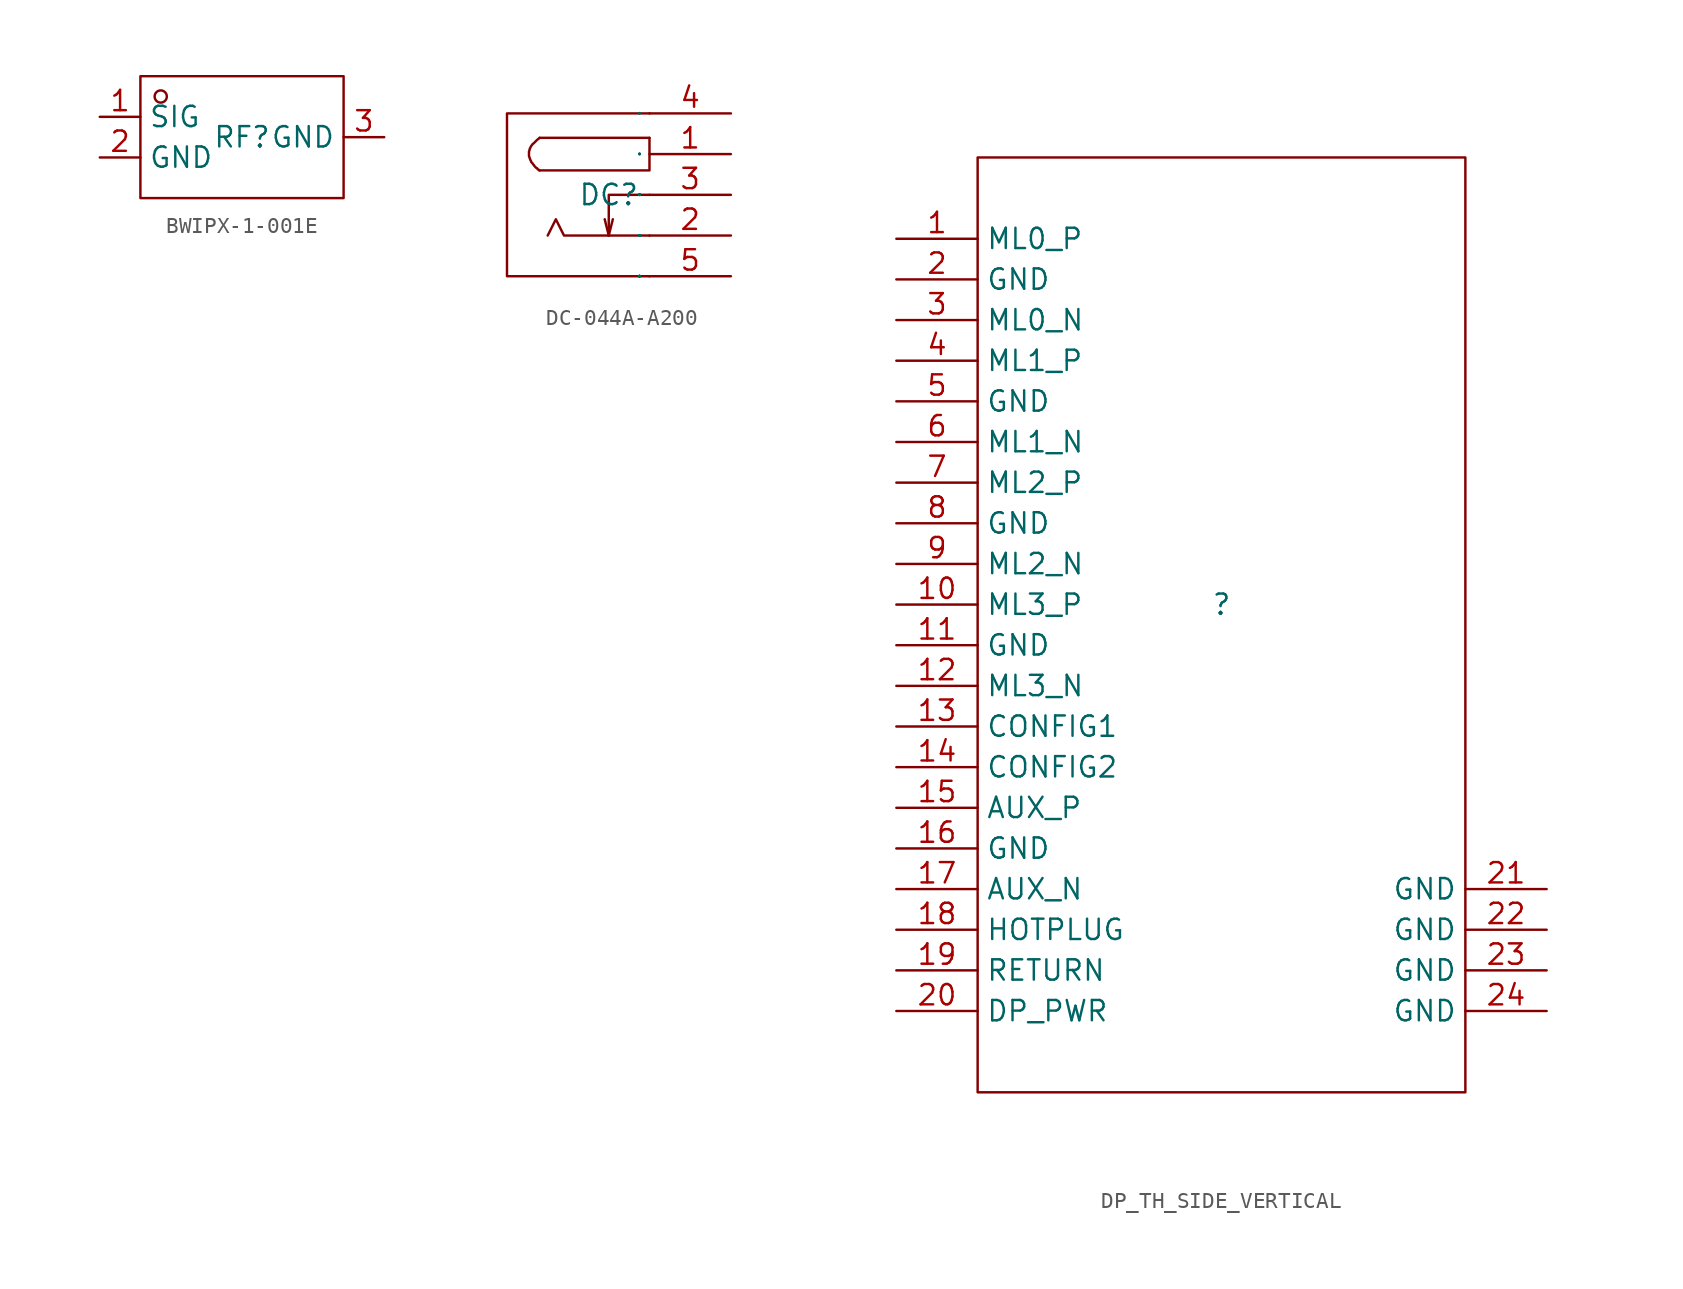
<source format=kicad_sym>
(kicad_symbol_lib
  (version 20231120)
  (generator "kicad_symbol_editor")
  (generator_version "8.0")
  (symbol "BWIPX-1-001E"
    (property "Reference" "RF"
      (at 0 0 0)
      (effects (font (size 1.27 1.27))))
    (property "Value" ""
      (at 0 0 0)
      (effects (font (size 1.27 1.27))))
    (symbol "BWIPX-1-001E_1_0"
      (rectangle (start -6.35 -3.81) (end 6.35 3.81) (stroke (width 0) (type default)) (fill (type none)))
      (circle (center -5.08 2.54) (radius 0.381) (stroke (width 0) (type default)) (fill (type none)))
      (pin unspecified line (at -8.89 1.27 0) (length 2.54) (name "SIG" (effects (font (size 1.27 1.27)))) (number "1" (effects (font (size 1.27 1.27)))))
      (pin unspecified line (at -8.89 -1.27 0) (length 2.54) (name "GND" (effects (font (size 1.27 1.27)))) (number "2" (effects (font (size 1.27 1.27)))))
      (pin unspecified line (at 8.89 0 180) (length 2.54) (name "GND" (effects (font (size 1.27 1.27)))) (number "3" (effects (font (size 1.27 1.27)))))))
  (symbol "DC-044A-A200"
    (property "Reference" "DC"
      (at 0 0 0)
      (effects (font (size 1.27 1.27))))
    (property "Value" ""
      (at 0 0 0)
      (effects (font (size 1.27 1.27))))
    (symbol "DC-044A-A200_1_0"
      (polyline (pts (xy 0 -2.54) (xy -0.254 -1.524)) (stroke (width 0) (type default)) (fill (type none)))
      (polyline (pts (xy 0 -2.54) (xy 0.254 -1.524)) (stroke (width 0) (type default)) (fill (type none)))
      (polyline (pts (xy 2.54 3.556) (xy -4.318 3.556)) (stroke (width 0) (type default)) (fill (type none)))
      (polyline (pts (xy 2.54 0) (xy 0 0) (xy 0 0) (xy 0 -2.54)) (stroke (width 0) (type default)) (fill (type none)))
      (polyline (pts (xy 2.54 3.556) (xy 2.54 1.524) (xy 2.54 1.524) (xy -4.318 1.524)) (stroke (width 0) (type default)) (fill (type none)))
      (polyline (pts (xy 2.54 -2.54) (xy -2.794 -2.54) (xy -2.794 -2.54) (xy -3.302 -1.524) (xy -3.302 -1.524) (xy -3.81 -2.54)) (stroke (width 0) (type default)) (fill (type none)))
      (polyline (pts (xy 2.54 5.08) (xy -6.35 5.08) (xy -6.35 5.08) (xy -6.35 -5.08) (xy -6.35 -5.08) (xy 2.54 -5.08)) (stroke (width 0) (type default)) (fill (type none)))
      (polyline (pts (xy -4.318 3.556) (xy -4.369 3.505) (xy -4.369 3.505) (xy -4.445 3.454) (xy -4.445 3.454) (xy -4.496 3.404) (xy -4.496 3.404) (xy -4.547 3.353) (xy -4.547 3.353) (xy -4.597 3.302) (xy -4.597 3.302) (xy -4.648 3.251) (xy -4.648 3.251) (xy -4.699 3.2) (xy -4.699 3.2) (xy -4.75 3.175) (xy -4.75 3.175) (xy -4.775 3.124) (xy -4.775 3.124) (xy -4.826 3.073) (xy -4.826 3.073) (xy -4.851 3.023) (xy -4.851 3.023) (xy -4.877 2.972) (xy -4.877 2.972) (xy -4.902 2.921) (xy -4.902 2.921) (xy -4.928 2.896) (xy -4.928 2.896) (xy -4.928 2.845) (xy -4.928 2.845) (xy -4.953 2.794) (xy -4.953 2.794) (xy -4.953 2.743) (xy -4.953 2.743) (xy -4.978 2.718) (xy -4.978 2.718) (xy -4.978 2.667) (xy -4.978 2.667) (xy -4.978 2.616) (xy -4.978 2.616) (xy -4.978 2.591) (xy -4.978 2.591) (xy -4.978 2.54) (xy -4.978 2.54) (xy -4.978 2.489) (xy -4.978 2.489) (xy -4.978 2.464) (xy -4.978 2.464) (xy -4.978 2.413) (xy -4.978 2.413) (xy -4.953 2.362) (xy -4.953 2.362) (xy -4.953 2.337) (xy -4.953 2.337) (xy -4.928 2.286) (xy -4.928 2.286) (xy -4.928 2.261) (xy -4.928 2.261) (xy -4.902 2.21) (xy -4.902 2.21) (xy -4.902 2.184) (xy -4.902 2.184) (xy -4.877 2.159) (xy -4.877 2.159) (xy -4.851 2.108) (xy -4.851 2.108) (xy -4.851 2.083) (xy -4.851 2.083) (xy -4.826 2.032) (xy -4.826 2.032) (xy -4.801 2.007) (xy -4.801 2.007) (xy -4.775 1.981) (xy -4.775 1.981) (xy -4.75 1.956) (xy -4.75 1.956) (xy -4.724 1.905) (xy -4.724 1.905) (xy -4.699 1.88) (xy -4.699 1.88) (xy -4.674 1.854) (xy -4.674 1.854) (xy -4.648 1.829) (xy -4.648 1.829) (xy -4.648 1.803) (xy -4.648 1.803) (xy -4.623 1.778) (xy -4.623 1.778) (xy -4.597 1.753) (xy -4.597 1.753) (xy -4.572 1.727) (xy -4.572 1.727) (xy -4.547 1.702) (xy -4.547 1.702) (xy -4.521 1.676) (xy -4.521 1.676) (xy -4.496 1.676) (xy -4.496 1.676) (xy -4.47 1.651) (xy -4.47 1.651) (xy -4.445 1.626) (xy -4.445 1.626) (xy -4.445 1.6) (xy -4.445 1.6) (xy -4.42 1.6) (xy -4.42 1.6) (xy -4.394 1.575) (xy -4.394 1.575) (xy -4.394 1.575) (xy -4.394 1.575) (xy -4.369 1.549) (xy -4.369 1.549) (xy -4.343 1.549) (xy -4.343 1.549) (xy -4.343 1.549) (xy -4.343 1.549) (xy -4.343 1.524) (xy -4.343 1.524) (xy -4.318 1.524) (xy -4.318 1.524) (xy -4.318 1.524) (xy -4.318 1.524) (xy -4.318 1.524) (xy -4.318 1.524) (xy -4.318 1.524) (xy -4.318 1.524) (xy -4.318 1.524)) (stroke (width 0) (type default)) (fill (type none)))
      (pin unspecified line (at 7.62 2.54 180) (length 5.08) (name "1" (effects (font (size 0.025 0.025)))) (number "1" (effects (font (size 1.27 1.27)))))
      (pin unspecified line (at 7.62 -2.54 180) (length 5.08) (name "2" (effects (font (size 0.025 0.025)))) (number "2" (effects (font (size 1.27 1.27)))))
      (pin unspecified line (at 7.62 0 180) (length 5.08) (name "3" (effects (font (size 0.025 0.025)))) (number "3" (effects (font (size 1.27 1.27)))))
      (pin unspecified line (at 7.62 5.08 180) (length 5.08) (name "4" (effects (font (size 0.025 0.025)))) (number "4" (effects (font (size 1.27 1.27)))))
      (pin unspecified line (at 7.62 -5.08 180) (length 5.08) (name "5" (effects (font (size 0.025 0.025)))) (number "5" (effects (font (size 1.27 1.27)))))))
  (symbol "DP_TH_SIDE_VERTICAL"
    (property "Reference" ""
      (at 0 0 0)
      (effects (font (size 1.27 1.27))))
    (property "Value" ""
      (at 0 0 0)
      (effects (font (size 1.27 1.27))))
    (symbol "DP_TH_SIDE_VERTICAL_1_0"
      (rectangle (start -15.24 27.94) (end 15.24 -30.48) (stroke (width 0) (type default)) (fill (type none)))
      (pin input line (at -20.32 22.86 0) (length 5.08) (name "ML0_P" (effects (font (size 1.27 1.27)))) (number "1" (effects (font (size 1.27 1.27)))))
      (pin input line (at -20.32 0 0) (length 5.08) (name "ML3_P" (effects (font (size 1.27 1.27)))) (number "10" (effects (font (size 1.27 1.27)))))
      (pin input line (at -20.32 -2.54 0) (length 5.08) (name "GND" (effects (font (size 1.27 1.27)))) (number "11" (effects (font (size 1.27 1.27)))))
      (pin input line (at -20.32 -5.08 0) (length 5.08) (name "ML3_N" (effects (font (size 1.27 1.27)))) (number "12" (effects (font (size 1.27 1.27)))))
      (pin input line (at -20.32 -7.62 0) (length 5.08) (name "CONFIG1" (effects (font (size 1.27 1.27)))) (number "13" (effects (font (size 1.27 1.27)))))
      (pin input line (at -20.32 -10.16 0) (length 5.08) (name "CONFIG2" (effects (font (size 1.27 1.27)))) (number "14" (effects (font (size 1.27 1.27)))))
      (pin input line (at -20.32 -12.7 0) (length 5.08) (name "AUX_P" (effects (font (size 1.27 1.27)))) (number "15" (effects (font (size 1.27 1.27)))))
      (pin input line (at -20.32 -15.24 0) (length 5.08) (name "GND" (effects (font (size 1.27 1.27)))) (number "16" (effects (font (size 1.27 1.27)))))
      (pin input line (at -20.32 -17.78 0) (length 5.08) (name "AUX_N" (effects (font (size 1.27 1.27)))) (number "17" (effects (font (size 1.27 1.27)))))
      (pin input line (at -20.32 -20.32 0) (length 5.08) (name "HOTPLUG" (effects (font (size 1.27 1.27)))) (number "18" (effects (font (size 1.27 1.27)))))
      (pin input line (at -20.32 -22.86 0) (length 5.08) (name "RETURN" (effects (font (size 1.27 1.27)))) (number "19" (effects (font (size 1.27 1.27)))))
      (pin input line (at -20.32 20.32 0) (length 5.08) (name "GND" (effects (font (size 1.27 1.27)))) (number "2" (effects (font (size 1.27 1.27)))))
      (pin input line (at -20.32 -25.4 0) (length 5.08) (name "DP_PWR" (effects (font (size 1.27 1.27)))) (number "20" (effects (font (size 1.27 1.27)))))
      (pin input line (at 20.32 -17.78 180) (length 5.08) (name "GND" (effects (font (size 1.27 1.27)))) (number "21" (effects (font (size 1.27 1.27)))))
      (pin input line (at 20.32 -20.32 180) (length 5.08) (name "GND" (effects (font (size 1.27 1.27)))) (number "22" (effects (font (size 1.27 1.27)))))
      (pin input line (at 20.32 -22.86 180) (length 5.08) (name "GND" (effects (font (size 1.27 1.27)))) (number "23" (effects (font (size 1.27 1.27)))))
      (pin input line (at 20.32 -25.4 180) (length 5.08) (name "GND" (effects (font (size 1.27 1.27)))) (number "24" (effects (font (size 1.27 1.27)))))
      (pin input line (at -20.32 17.78 0) (length 5.08) (name "ML0_N" (effects (font (size 1.27 1.27)))) (number "3" (effects (font (size 1.27 1.27)))))
      (pin input line (at -20.32 15.24 0) (length 5.08) (name "ML1_P" (effects (font (size 1.27 1.27)))) (number "4" (effects (font (size 1.27 1.27)))))
      (pin input line (at -20.32 12.7 0) (length 5.08) (name "GND" (effects (font (size 1.27 1.27)))) (number "5" (effects (font (size 1.27 1.27)))))
      (pin input line (at -20.32 10.16 0) (length 5.08) (name "ML1_N" (effects (font (size 1.27 1.27)))) (number "6" (effects (font (size 1.27 1.27)))))
      (pin input line (at -20.32 7.62 0) (length 5.08) (name "ML2_P" (effects (font (size 1.27 1.27)))) (number "7" (effects (font (size 1.27 1.27)))))
      (pin input line (at -20.32 5.08 0) (length 5.08) (name "GND" (effects (font (size 1.27 1.27)))) (number "8" (effects (font (size 1.27 1.27)))))
      (pin input line (at -20.32 2.54 0) (length 5.08) (name "ML2_N" (effects (font (size 1.27 1.27)))) (number "9" (effects (font (size 1.27 1.27))))))))
</source>
